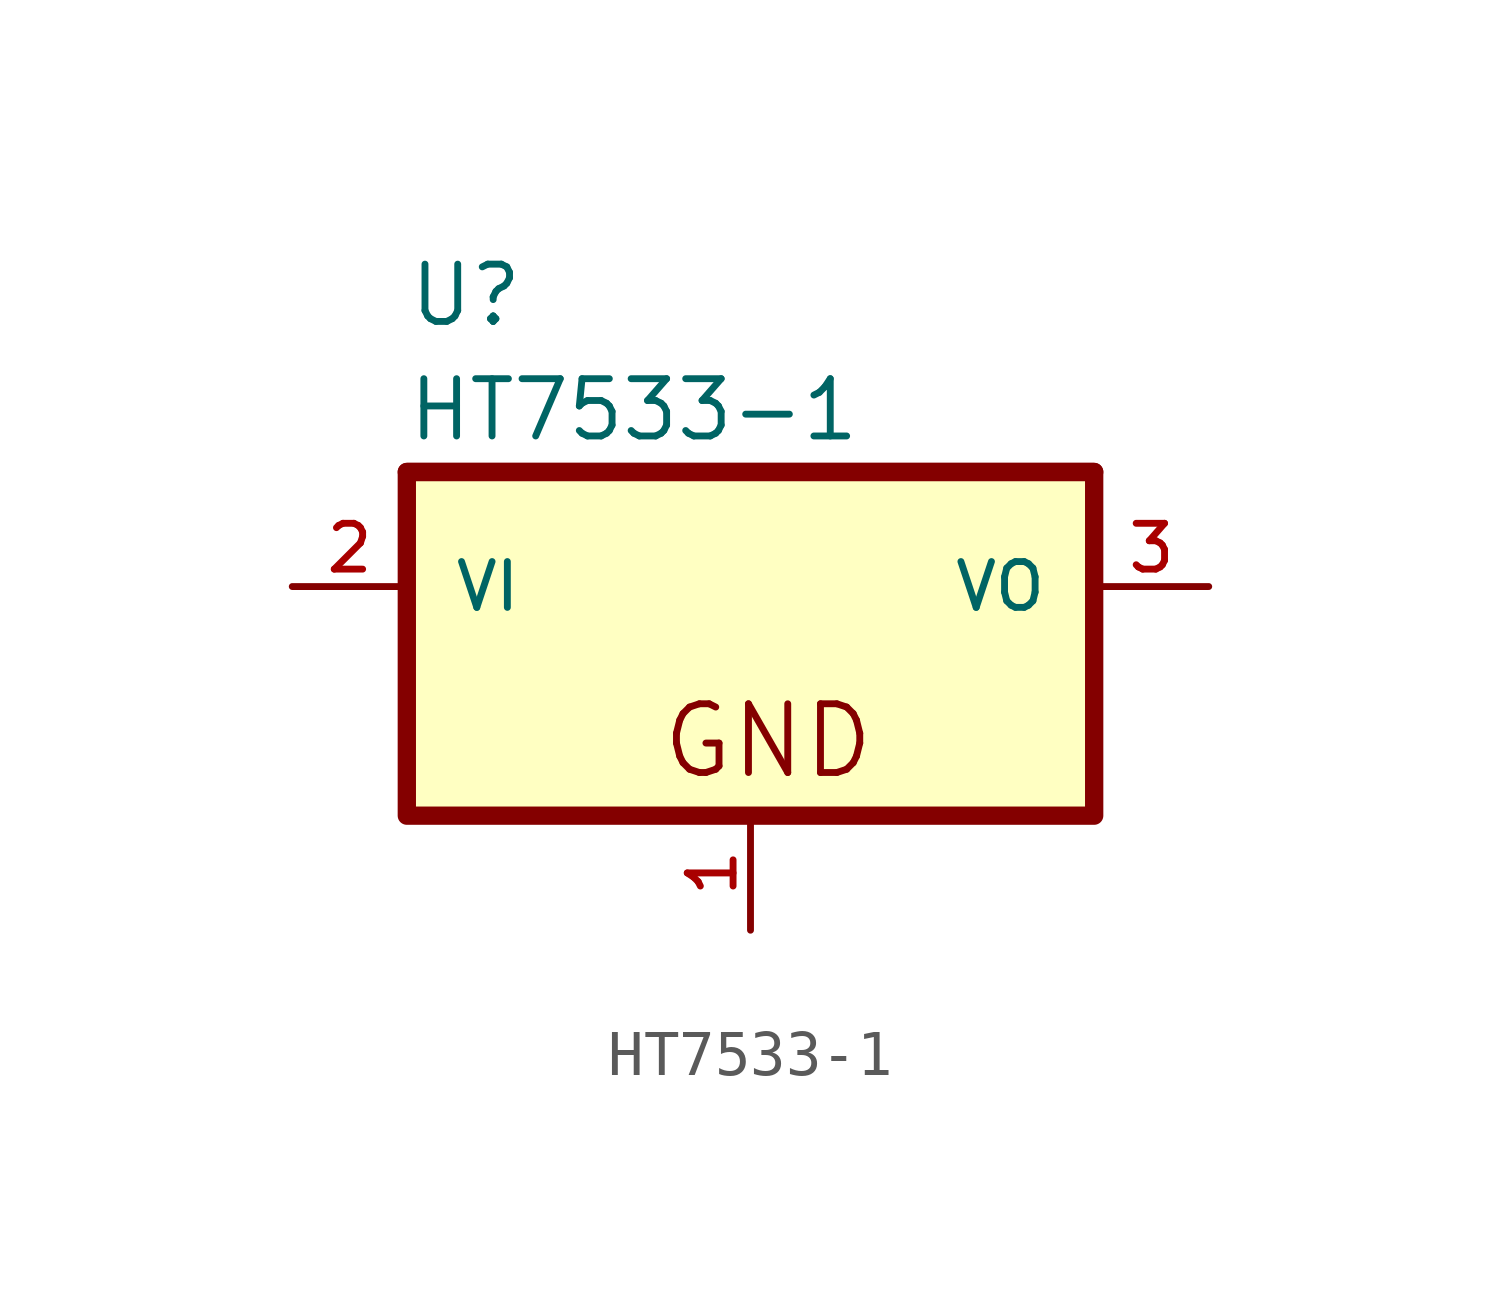
<source format=kicad_sym>
(kicad_symbol_lib
  (version 20201005)
  (generator kicad_symbol_editor)
  (symbol "HT7533-1:HT7533-1"
    (pin_names
      (offset 1.016))
    (property "Reference" "U"
      (at -7.62 8.255 0)
      (effects (font (size 1.27 1.27)) (justify left bottom)))
    (property "Value" "HT7533-1"
      (at -7.645 5.715 0)
      (effects (font (size 1.27 1.27)) (justify left bottom)))
    (property "ki_locked" ""
      (at 0 0 0)
      (effects (font (size 1.27 1.27))))
    (symbol "HT7533-1_0_0"
      (text "GND" (at -2.032 -1.778 0) (effects (font (size 1.524 1.524)) (justify left bottom)))
      (rectangle (start -7.62 -2.54) (end 7.62 5.08) (stroke (width 0.406)) (fill (type background)))
      (polyline (pts (xy 7.62 5.08) (xy -7.62 5.08)) (stroke (width 0.406)) (fill (type none)))
      (pin passive line (at 0 -5.08 90) (length 2.54) (name "~" (effects (font (size 1.016 1.016)))) (number "1" (effects (font (size 1.016 1.016)))))
      (pin input line (at -10.16 2.54 0) (length 2.54) (name "VI" (effects (font (size 1.016 1.016)))) (number "2" (effects (font (size 1.016 1.016)))))
      (pin passive line (at 10.16 2.54 180) (length 2.54) (name "VO" (effects (font (size 1.016 1.016)))) (number "3" (effects (font (size 1.016 1.016))))))))
</source>
